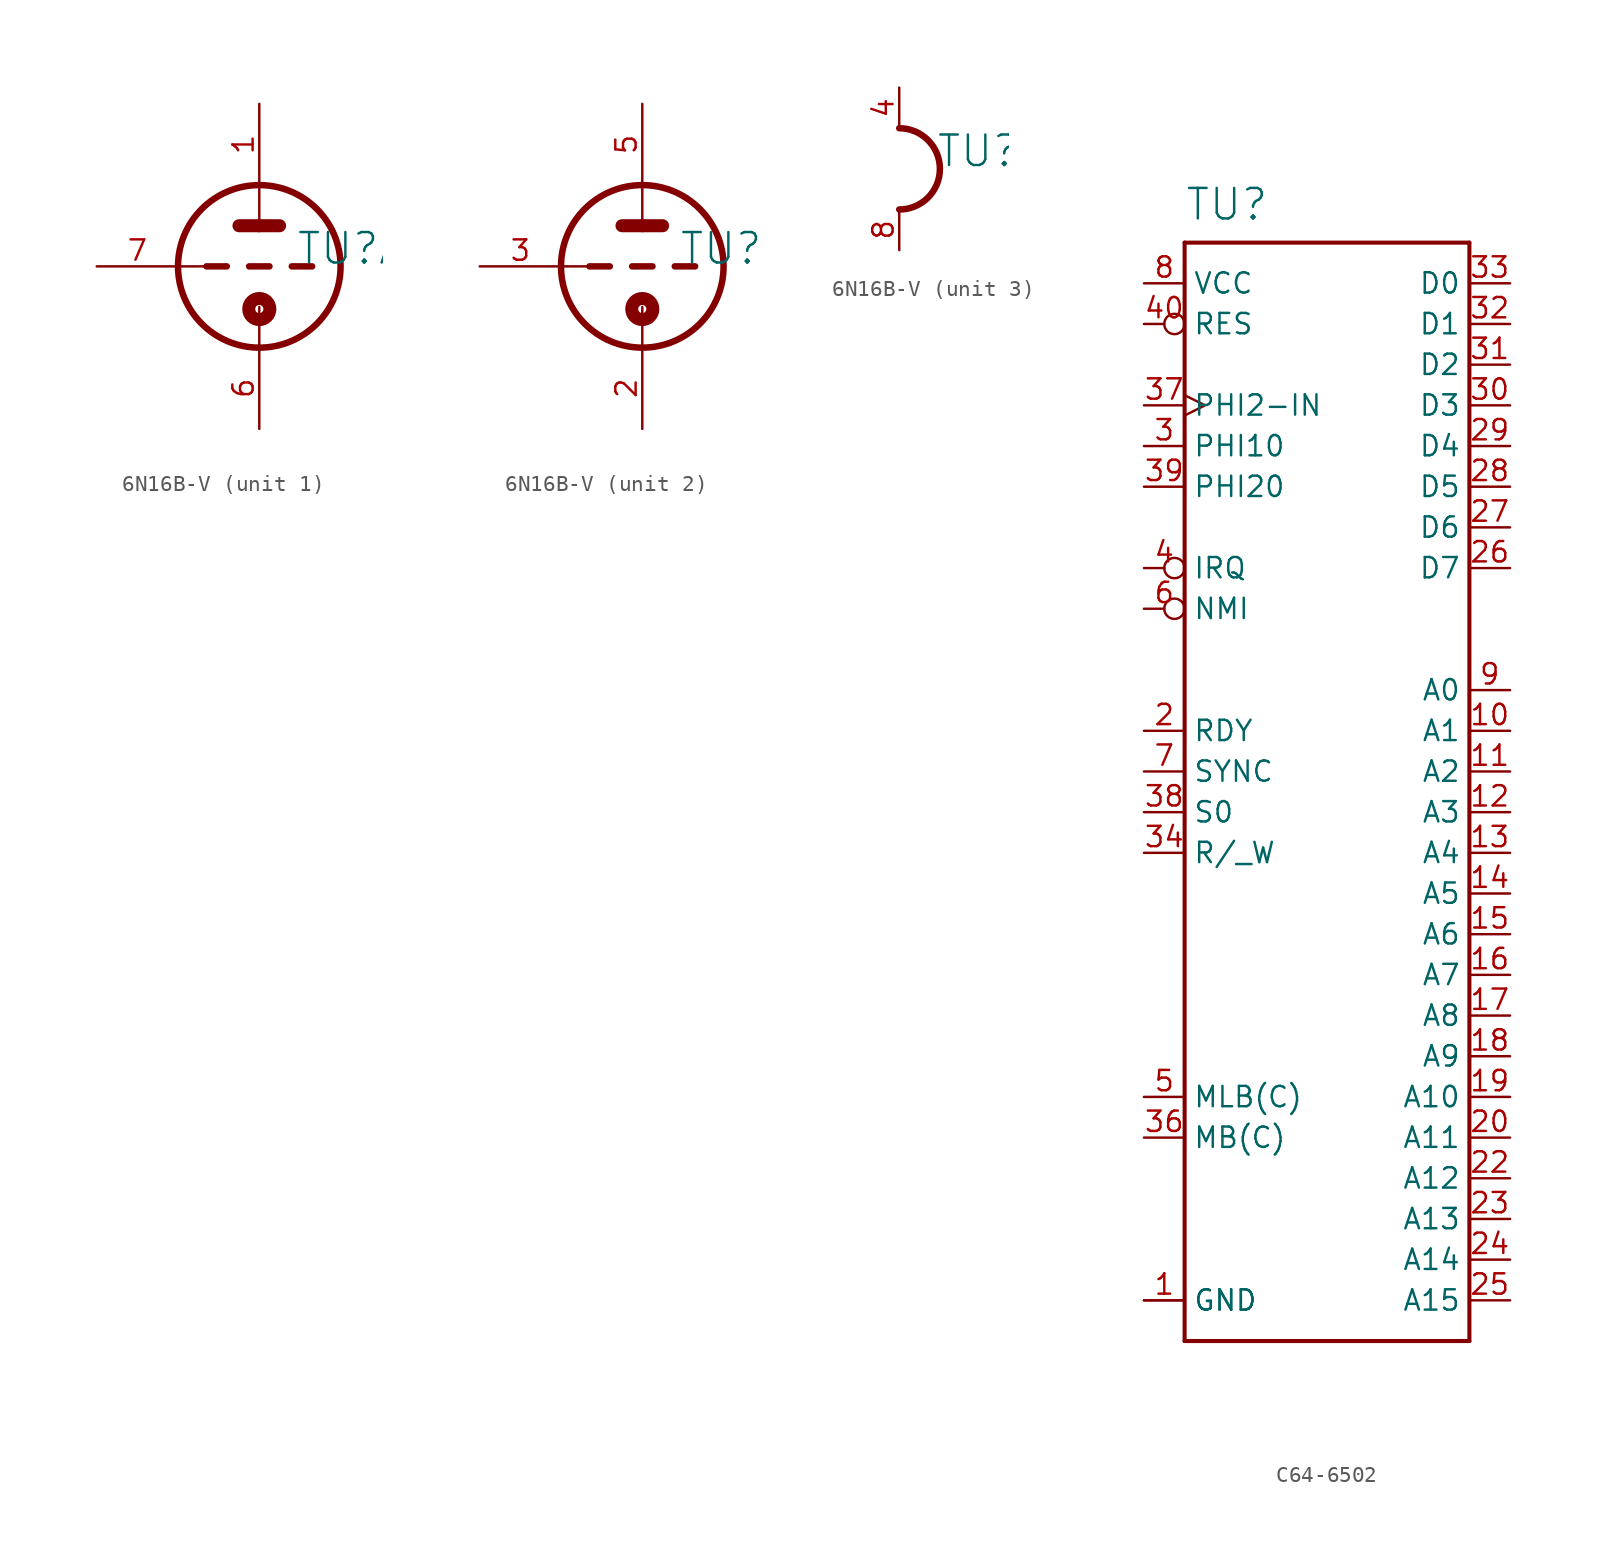
<source format=kicad_sym>
(kicad_symbol_lib
  (version 20231120)
  (generator "kicad_symbol_editor")
  (generator_version "8.0")
  (symbol "6N16B-V"
    (pin_names hide)
    (property "Reference" "TU"
      (at 2.286 0 0)
      (effects (font (size 1.905 1.905)) (justify left bottom)))
    (property "ki_locked" ""
      (at 0 0 0)
      (effects (font (size 1.27 1.27))))
    (symbol "6N16B-V_1_0"
      (circle (center 0 -2.667) (radius 0.254) (stroke (width 0.813) (type solid)) (fill (type none)))
      (polyline (pts (xy -5.08 0) (xy -3.302 0)) (stroke (width 0.152) (type solid)) (fill (type none)))
      (polyline (pts (xy -3.302 0) (xy -2.032 0)) (stroke (width 0.406) (type solid)) (fill (type none)))
      (polyline (pts (xy -1.27 2.54) (xy 0 2.54)) (stroke (width 0.813) (type solid)) (fill (type none)))
      (polyline (pts (xy -0.635 0) (xy 0.635 0)) (stroke (width 0.406) (type solid)) (fill (type none)))
      (polyline (pts (xy 0 -2.54) (xy 0 -5.08)) (stroke (width 0.152) (type solid)) (fill (type none)))
      (polyline (pts (xy 0 2.54) (xy 1.27 2.54)) (stroke (width 0.813) (type solid)) (fill (type none)))
      (polyline (pts (xy 0 5.08) (xy 0 2.54)) (stroke (width 0.152) (type solid)) (fill (type none)))
      (polyline (pts (xy 2.032 0) (xy 3.302 0)) (stroke (width 0.406) (type solid)) (fill (type none)))
      (circle (center 0 0) (radius 5.08) (stroke (width 0.406) (type solid)) (fill (type none)))
      (pin bidirectional line (at 0 10.16 270) (length 5.08) (name "TA" (effects (font (size 1.27 1.27)))) (number "1" (effects (font (size 1.27 1.27)))))
      (pin bidirectional line (at 0 -10.16 90) (length 5.08) (name "TK" (effects (font (size 1.27 1.27)))) (number "6" (effects (font (size 1.27 1.27)))))
      (pin input line (at -10.16 0 0) (length 5.08) (name "TG" (effects (font (size 1.27 1.27)))) (number "7" (effects (font (size 1.27 1.27))))))
    (symbol "6N16B-V_2_0"
      (circle (center 0 -2.667) (radius 0.254) (stroke (width 0.813) (type solid)) (fill (type none)))
      (polyline (pts (xy -5.08 0) (xy -3.302 0)) (stroke (width 0.152) (type solid)) (fill (type none)))
      (polyline (pts (xy -3.302 0) (xy -2.032 0)) (stroke (width 0.406) (type solid)) (fill (type none)))
      (polyline (pts (xy -1.27 2.54) (xy 0 2.54)) (stroke (width 0.813) (type solid)) (fill (type none)))
      (polyline (pts (xy -0.635 0) (xy 0.635 0)) (stroke (width 0.406) (type solid)) (fill (type none)))
      (polyline (pts (xy 0 -2.54) (xy 0 -5.08)) (stroke (width 0.152) (type solid)) (fill (type none)))
      (polyline (pts (xy 0 2.54) (xy 1.27 2.54)) (stroke (width 0.813) (type solid)) (fill (type none)))
      (polyline (pts (xy 0 5.08) (xy 0 2.54)) (stroke (width 0.152) (type solid)) (fill (type none)))
      (polyline (pts (xy 2.032 0) (xy 3.302 0)) (stroke (width 0.406) (type solid)) (fill (type none)))
      (circle (center 0 0) (radius 5.08) (stroke (width 0.406) (type solid)) (fill (type none)))
      (pin bidirectional line (at 0 -10.16 90) (length 5.08) (name "TK" (effects (font (size 1.27 1.27)))) (number "2" (effects (font (size 1.27 1.27)))))
      (pin input line (at -10.16 0 0) (length 5.08) (name "TG" (effects (font (size 1.27 1.27)))) (number "3" (effects (font (size 1.27 1.27)))))
      (pin bidirectional line (at 0 10.16 270) (length 5.08) (name "TA" (effects (font (size 1.27 1.27)))) (number "5" (effects (font (size 1.27 1.27))))))
    (symbol "6N16B-V_3_0"
      (arc (start 0 -2.54) (mid 2.54 0) (end 0 2.54) (stroke (width 0.4064) (type solid)) (fill (type none)))
      (pin power_in line (at 0 5.08 270) (length 2.54) (name "H1" (effects (font (size 1.27 1.27)))) (number "4" (effects (font (size 1.27 1.27)))))
      (pin power_in line (at 0 -5.08 90) (length 2.54) (name "H2" (effects (font (size 1.27 1.27)))) (number "8" (effects (font (size 1.27 1.27)))))))
  (symbol "C64-6502"
    (property "Reference" "TU"
      (at -8.89 34.29 0)
      (effects (font (size 1.905 1.905)) (justify left bottom)))
    (symbol "C64-6502_1_0"
      (polyline (pts (xy -8.89 -35.56) (xy 8.89 -35.56)) (stroke (width 0.254) (type solid)) (fill (type none)))
      (polyline (pts (xy -8.89 33.02) (xy -8.89 -35.56)) (stroke (width 0.254) (type solid)) (fill (type none)))
      (polyline (pts (xy 8.89 -35.56) (xy 8.89 33.02)) (stroke (width 0.254) (type solid)) (fill (type none)))
      (polyline (pts (xy 8.89 33.02) (xy -8.89 33.02)) (stroke (width 0.254) (type solid)) (fill (type none)))
      (pin bidirectional line (at -11.43 -33.02 0) (length 2.54) (name "GND" (effects (font (size 1.27 1.27)))) (number "1" (effects (font (size 1.27 1.27)))))
      (pin bidirectional line (at 11.43 2.54 180) (length 2.54) (name "A1" (effects (font (size 1.27 1.27)))) (number "10" (effects (font (size 1.27 1.27)))))
      (pin bidirectional line (at 11.43 0 180) (length 2.54) (name "A2" (effects (font (size 1.27 1.27)))) (number "11" (effects (font (size 1.27 1.27)))))
      (pin bidirectional line (at 11.43 -2.54 180) (length 2.54) (name "A3" (effects (font (size 1.27 1.27)))) (number "12" (effects (font (size 1.27 1.27)))))
      (pin bidirectional line (at 11.43 -5.08 180) (length 2.54) (name "A4" (effects (font (size 1.27 1.27)))) (number "13" (effects (font (size 1.27 1.27)))))
      (pin bidirectional line (at 11.43 -7.62 180) (length 2.54) (name "A5" (effects (font (size 1.27 1.27)))) (number "14" (effects (font (size 1.27 1.27)))))
      (pin bidirectional line (at 11.43 -10.16 180) (length 2.54) (name "A6" (effects (font (size 1.27 1.27)))) (number "15" (effects (font (size 1.27 1.27)))))
      (pin bidirectional line (at 11.43 -12.7 180) (length 2.54) (name "A7" (effects (font (size 1.27 1.27)))) (number "16" (effects (font (size 1.27 1.27)))))
      (pin bidirectional line (at 11.43 -15.24 180) (length 2.54) (name "A8" (effects (font (size 1.27 1.27)))) (number "17" (effects (font (size 1.27 1.27)))))
      (pin bidirectional line (at 11.43 -17.78 180) (length 2.54) (name "A9" (effects (font (size 1.27 1.27)))) (number "18" (effects (font (size 1.27 1.27)))))
      (pin bidirectional line (at 11.43 -20.32 180) (length 2.54) (name "A10" (effects (font (size 1.27 1.27)))) (number "19" (effects (font (size 1.27 1.27)))))
      (pin bidirectional line (at -11.43 2.54 0) (length 2.54) (name "RDY" (effects (font (size 1.27 1.27)))) (number "2" (effects (font (size 1.27 1.27)))))
      (pin bidirectional line (at 11.43 -22.86 180) (length 2.54) (name "A11" (effects (font (size 1.27 1.27)))) (number "20" (effects (font (size 1.27 1.27)))))
      (pin bidirectional line (at -11.43 -33.02 0) (length 2.54) (name "GND" (effects (font (size 1.27 1.27)))) (number "21" (effects (font (size 0 0)))))
      (pin bidirectional line (at 11.43 -25.4 180) (length 2.54) (name "A12" (effects (font (size 1.27 1.27)))) (number "22" (effects (font (size 1.27 1.27)))))
      (pin bidirectional line (at 11.43 -27.94 180) (length 2.54) (name "A13" (effects (font (size 1.27 1.27)))) (number "23" (effects (font (size 1.27 1.27)))))
      (pin bidirectional line (at 11.43 -30.48 180) (length 2.54) (name "A14" (effects (font (size 1.27 1.27)))) (number "24" (effects (font (size 1.27 1.27)))))
      (pin bidirectional line (at 11.43 -33.02 180) (length 2.54) (name "A15" (effects (font (size 1.27 1.27)))) (number "25" (effects (font (size 1.27 1.27)))))
      (pin bidirectional line (at 11.43 12.7 180) (length 2.54) (name "D7" (effects (font (size 1.27 1.27)))) (number "26" (effects (font (size 1.27 1.27)))))
      (pin bidirectional line (at 11.43 15.24 180) (length 2.54) (name "D6" (effects (font (size 1.27 1.27)))) (number "27" (effects (font (size 1.27 1.27)))))
      (pin bidirectional line (at 11.43 17.78 180) (length 2.54) (name "D5" (effects (font (size 1.27 1.27)))) (number "28" (effects (font (size 1.27 1.27)))))
      (pin bidirectional line (at 11.43 20.32 180) (length 2.54) (name "D4" (effects (font (size 1.27 1.27)))) (number "29" (effects (font (size 1.27 1.27)))))
      (pin bidirectional line (at -11.43 20.32 0) (length 2.54) (name "PHI10" (effects (font (size 1.27 1.27)))) (number "3" (effects (font (size 1.27 1.27)))))
      (pin bidirectional line (at 11.43 22.86 180) (length 2.54) (name "D3" (effects (font (size 1.27 1.27)))) (number "30" (effects (font (size 1.27 1.27)))))
      (pin bidirectional line (at 11.43 25.4 180) (length 2.54) (name "D2" (effects (font (size 1.27 1.27)))) (number "31" (effects (font (size 1.27 1.27)))))
      (pin bidirectional line (at 11.43 27.94 180) (length 2.54) (name "D1" (effects (font (size 1.27 1.27)))) (number "32" (effects (font (size 1.27 1.27)))))
      (pin bidirectional line (at 11.43 30.48 180) (length 2.54) (name "D0" (effects (font (size 1.27 1.27)))) (number "33" (effects (font (size 1.27 1.27)))))
      (pin bidirectional line (at -11.43 -5.08 0) (length 2.54) (name "R/_W" (effects (font (size 1.27 1.27)))) (number "34" (effects (font (size 1.27 1.27)))))
      (pin bidirectional line (at -11.43 -22.86 0) (length 2.54) (name "MB(C)" (effects (font (size 1.27 1.27)))) (number "36" (effects (font (size 1.27 1.27)))))
      (pin bidirectional clock (at -11.43 22.86 0) (length 2.54) (name "PHI2-IN" (effects (font (size 1.27 1.27)))) (number "37" (effects (font (size 1.27 1.27)))))
      (pin bidirectional line (at -11.43 -2.54 0) (length 2.54) (name "S0" (effects (font (size 1.27 1.27)))) (number "38" (effects (font (size 1.27 1.27)))))
      (pin bidirectional line (at -11.43 17.78 0) (length 2.54) (name "PHI20" (effects (font (size 1.27 1.27)))) (number "39" (effects (font (size 1.27 1.27)))))
      (pin bidirectional inverted (at -11.43 12.7 0) (length 2.54) (name "IRQ" (effects (font (size 1.27 1.27)))) (number "4" (effects (font (size 1.27 1.27)))))
      (pin input inverted (at -11.43 27.94 0) (length 2.54) (name "RES" (effects (font (size 1.27 1.27)))) (number "40" (effects (font (size 1.27 1.27)))))
      (pin bidirectional line (at -11.43 -20.32 0) (length 2.54) (name "MLB(C)" (effects (font (size 1.27 1.27)))) (number "5" (effects (font (size 1.27 1.27)))))
      (pin bidirectional inverted (at -11.43 10.16 0) (length 2.54) (name "NMI" (effects (font (size 1.27 1.27)))) (number "6" (effects (font (size 1.27 1.27)))))
      (pin bidirectional line (at -11.43 0 0) (length 2.54) (name "SYNC" (effects (font (size 1.27 1.27)))) (number "7" (effects (font (size 1.27 1.27)))))
      (pin bidirectional line (at -11.43 30.48 0) (length 2.54) (name "VCC" (effects (font (size 1.27 1.27)))) (number "8" (effects (font (size 1.27 1.27)))))
      (pin bidirectional line (at 11.43 5.08 180) (length 2.54) (name "A0" (effects (font (size 1.27 1.27)))) (number "9" (effects (font (size 1.27 1.27))))))))
</source>
